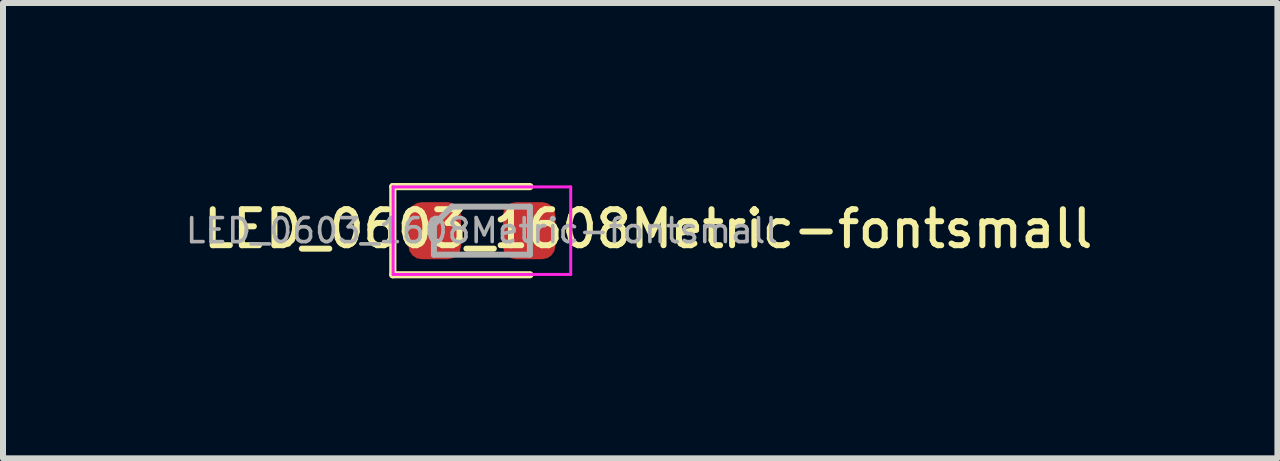
<source format=kicad_pcb>
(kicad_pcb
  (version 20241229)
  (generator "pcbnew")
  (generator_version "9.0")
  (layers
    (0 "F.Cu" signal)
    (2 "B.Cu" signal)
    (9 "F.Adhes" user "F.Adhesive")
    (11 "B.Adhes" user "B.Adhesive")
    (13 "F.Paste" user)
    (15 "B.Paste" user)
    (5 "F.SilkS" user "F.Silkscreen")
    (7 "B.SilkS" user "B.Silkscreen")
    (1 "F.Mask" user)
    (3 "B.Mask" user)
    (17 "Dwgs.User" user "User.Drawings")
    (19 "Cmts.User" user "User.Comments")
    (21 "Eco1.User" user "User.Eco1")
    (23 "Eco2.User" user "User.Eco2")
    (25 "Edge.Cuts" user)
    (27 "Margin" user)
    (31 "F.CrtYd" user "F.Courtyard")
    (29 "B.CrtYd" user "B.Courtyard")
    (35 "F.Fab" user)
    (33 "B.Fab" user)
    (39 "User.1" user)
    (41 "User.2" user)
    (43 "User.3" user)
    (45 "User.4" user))
  (footprint "LED_0603_1608Metric-fontsmall"
    (layer "F.Cu")
    (at 4.983 0.795)
    (property "Reference" "LED_0603_1608Metric-fontsmall" (at 2.77 -0.03 0) (layer "F.SilkS") (effects (font (size 0.6 0.6) (thickness 0.1))))
    (attr smd)
    (fp_line (start -1.485 -0.735) (end -1.485 0.735) (stroke (width 0.12) (type solid)) (layer "F.SilkS"))
    (fp_line (start -1.485 0.735) (end 0.8 0.735) (stroke (width 0.12) (type solid)) (layer "F.SilkS"))
    (fp_line (start 0.8 -0.735) (end -1.485 -0.735) (stroke (width 0.12) (type solid)) (layer "F.SilkS"))
    (fp_line (start -1.48 -0.73) (end 1.48 -0.73) (stroke (width 0.05) (type solid)) (layer "F.CrtYd"))
    (fp_line (start -1.48 0.73) (end -1.48 -0.73) (stroke (width 0.05) (type solid)) (layer "F.CrtYd"))
    (fp_line (start 1.48 -0.73) (end 1.48 0.73) (stroke (width 0.05) (type solid)) (layer "F.CrtYd"))
    (fp_line (start 1.48 0.73) (end -1.48 0.73) (stroke (width 0.05) (type solid)) (layer "F.CrtYd"))
    (fp_line (start -0.8 -0.1) (end -0.8 0.4) (stroke (width 0.1) (type solid)) (layer "F.Fab"))
    (fp_line (start -0.8 0.4) (end 0.8 0.4) (stroke (width 0.1) (type solid)) (layer "F.Fab"))
    (fp_line (start -0.5 -0.4) (end -0.8 -0.1) (stroke (width 0.1) (type solid)) (layer "F.Fab"))
    (fp_line (start 0.8 -0.4) (end -0.5 -0.4) (stroke (width 0.1) (type solid)) (layer "F.Fab"))
    (fp_line (start 0.8 0.4) (end 0.8 -0.4) (stroke (width 0.1) (type solid)) (layer "F.Fab"))
    (fp_text user "${REFERENCE}" (at 0 0 0) (layer "F.Fab") (effects (font (size 0.4 0.4) (thickness 0.06))))
    (pad "1" smd roundrect (at -0.787 0) (size 0.875 0.95) (layers "F.Cu" "F.Mask" "F.Paste") (roundrect_rratio 0.25))
    (pad "2" smd roundrect (at 0.787 0) (size 0.875 0.95) (layers "F.Cu" "F.Mask" "F.Paste") (roundrect_rratio 0.25)))
  (gr_rect
    (start -3 -3)
    (end 18.243 4.59)
    (stroke (width 0.1) (type default))
    (fill no)
    (layer "Edge.Cuts")))
</source>
